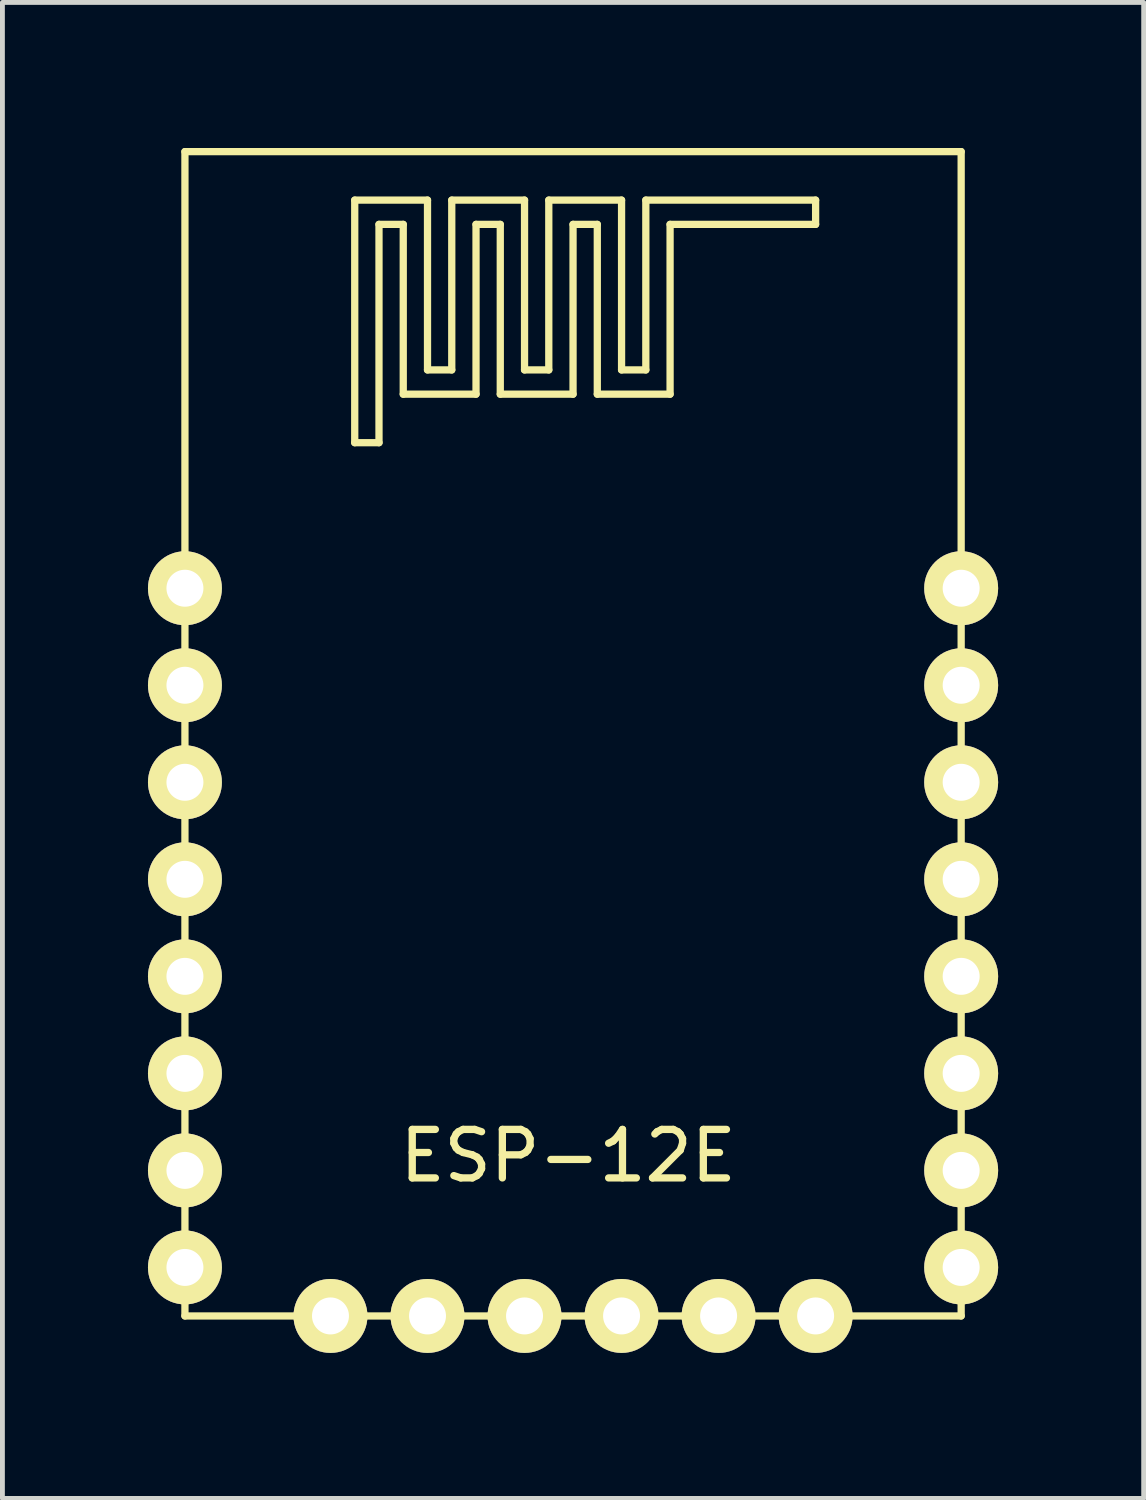
<source format=kicad_pcb>
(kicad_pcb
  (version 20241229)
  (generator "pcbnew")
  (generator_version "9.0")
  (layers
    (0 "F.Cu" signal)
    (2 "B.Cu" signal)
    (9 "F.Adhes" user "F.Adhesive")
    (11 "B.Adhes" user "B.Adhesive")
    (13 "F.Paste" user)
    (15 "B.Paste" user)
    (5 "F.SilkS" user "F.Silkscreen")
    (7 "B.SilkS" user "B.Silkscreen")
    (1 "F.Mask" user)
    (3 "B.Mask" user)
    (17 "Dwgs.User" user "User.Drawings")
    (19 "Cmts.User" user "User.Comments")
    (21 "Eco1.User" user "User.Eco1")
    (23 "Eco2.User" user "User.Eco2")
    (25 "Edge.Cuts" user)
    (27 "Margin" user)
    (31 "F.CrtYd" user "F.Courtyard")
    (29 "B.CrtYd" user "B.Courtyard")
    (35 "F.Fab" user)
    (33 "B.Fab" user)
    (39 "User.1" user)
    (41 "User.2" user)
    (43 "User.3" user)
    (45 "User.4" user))
  (footprint "ESP-12E"
    (layer "F.Cu")
    (at 8.762 12.075)
    (property "Reference" "ESP-12E" (at -0.1 8.7 0) (layer "F.SilkS") (effects (font (size 1 1) (thickness 0.15))))
    (attr through_hole)
    (fp_line (start -8 -12) (end 8 -12) (stroke (width 0.15) (type solid)) (layer "F.SilkS"))
    (fp_line (start -8 12) (end -8 -12) (stroke (width 0.15) (type solid)) (layer "F.SilkS"))
    (fp_line (start -4.5 -11) (end -3 -11) (stroke (width 0.15) (type solid)) (layer "F.SilkS"))
    (fp_line (start -4.5 -6) (end -4.5 -11) (stroke (width 0.15) (type solid)) (layer "F.SilkS"))
    (fp_line (start -4 -10.5) (end -4 -6) (stroke (width 0.15) (type solid)) (layer "F.SilkS"))
    (fp_line (start -4 -6) (end -4.5 -6) (stroke (width 0.15) (type solid)) (layer "F.SilkS"))
    (fp_line (start -3.5 -10.5) (end -4 -10.5) (stroke (width 0.15) (type solid)) (layer "F.SilkS"))
    (fp_line (start -3.5 -7) (end -3.5 -10.5) (stroke (width 0.15) (type solid)) (layer "F.SilkS"))
    (fp_line (start -3 -11) (end -3 -7.5) (stroke (width 0.15) (type solid)) (layer "F.SilkS"))
    (fp_line (start -3 -7.5) (end -2.5 -7.5) (stroke (width 0.15) (type solid)) (layer "F.SilkS"))
    (fp_line (start -2.5 -11) (end -1 -11) (stroke (width 0.15) (type solid)) (layer "F.SilkS"))
    (fp_line (start -2.5 -7.5) (end -2.5 -11) (stroke (width 0.15) (type solid)) (layer "F.SilkS"))
    (fp_line (start -2 -10.5) (end -2 -7) (stroke (width 0.15) (type solid)) (layer "F.SilkS"))
    (fp_line (start -2 -7) (end -3.5 -7) (stroke (width 0.15) (type solid)) (layer "F.SilkS"))
    (fp_line (start -1.5 -10.5) (end -2 -10.5) (stroke (width 0.15) (type solid)) (layer "F.SilkS"))
    (fp_line (start -1.5 -7) (end -1.5 -10.5) (stroke (width 0.15) (type solid)) (layer "F.SilkS"))
    (fp_line (start -1 -11) (end -1 -7.5) (stroke (width 0.15) (type solid)) (layer "F.SilkS"))
    (fp_line (start -1 -7.5) (end -0.5 -7.5) (stroke (width 0.15) (type solid)) (layer "F.SilkS"))
    (fp_line (start -0.5 -11) (end 1 -11) (stroke (width 0.15) (type solid)) (layer "F.SilkS"))
    (fp_line (start -0.5 -7.5) (end -0.5 -11) (stroke (width 0.15) (type solid)) (layer "F.SilkS"))
    (fp_line (start 0 -10.5) (end 0 -7) (stroke (width 0.15) (type solid)) (layer "F.SilkS"))
    (fp_line (start 0 -7) (end -1.5 -7) (stroke (width 0.15) (type solid)) (layer "F.SilkS"))
    (fp_line (start 0.5 -10.5) (end 0 -10.5) (stroke (width 0.15) (type solid)) (layer "F.SilkS"))
    (fp_line (start 0.5 -7) (end 0.5 -10.5) (stroke (width 0.15) (type solid)) (layer "F.SilkS"))
    (fp_line (start 1 -11) (end 1 -7.5) (stroke (width 0.15) (type solid)) (layer "F.SilkS"))
    (fp_line (start 1 -7.5) (end 1.5 -7.5) (stroke (width 0.15) (type solid)) (layer "F.SilkS"))
    (fp_line (start 1.5 -11) (end 5 -11) (stroke (width 0.15) (type solid)) (layer "F.SilkS"))
    (fp_line (start 1.5 -7.5) (end 1.5 -11) (stroke (width 0.15) (type solid)) (layer "F.SilkS"))
    (fp_line (start 2 -10.5) (end 2 -7) (stroke (width 0.15) (type solid)) (layer "F.SilkS"))
    (fp_line (start 2 -7) (end 0.5 -7) (stroke (width 0.15) (type solid)) (layer "F.SilkS"))
    (fp_line (start 5 -11) (end 5 -10.5) (stroke (width 0.15) (type solid)) (layer "F.SilkS"))
    (fp_line (start 5 -10.5) (end 2 -10.5) (stroke (width 0.15) (type solid)) (layer "F.SilkS"))
    (fp_line (start 8 -12) (end 8 12) (stroke (width 0.15) (type solid)) (layer "F.SilkS"))
    (fp_line (start 8 12) (end -8 12) (stroke (width 0.15) (type solid)) (layer "F.SilkS"))
    (pad "1" thru_hole circle (at -8 -3) (size 1.524 1.524) (drill 0.762) (layers "*.Cu" "*.Mask" "F.SilkS"))
    (pad "2" thru_hole circle (at -8 -1) (size 1.524 1.524) (drill 0.762) (layers "*.Cu" "*.Mask" "F.SilkS"))
    (pad "3" thru_hole circle (at -8 1) (size 1.524 1.524) (drill 0.762) (layers "*.Cu" "*.Mask" "F.SilkS"))
    (pad "4" thru_hole circle (at -8 3) (size 1.524 1.524) (drill 0.762) (layers "*.Cu" "*.Mask" "F.SilkS"))
    (pad "5" thru_hole circle (at -8 5) (size 1.524 1.524) (drill 0.762) (layers "*.Cu" "*.Mask" "F.SilkS"))
    (pad "6" thru_hole circle (at -8 7) (size 1.524 1.524) (drill 0.762) (layers "*.Cu" "*.Mask" "F.SilkS"))
    (pad "7" thru_hole circle (at -8 9) (size 1.524 1.524) (drill 0.762) (layers "*.Cu" "*.Mask" "F.SilkS"))
    (pad "8" thru_hole circle (at -8 11) (size 1.524 1.524) (drill 0.762) (layers "*.Cu" "*.Mask" "F.SilkS"))
    (pad "9" thru_hole circle (at -5 12) (size 1.524 1.524) (drill 0.762) (layers "*.Cu" "*.Mask" "F.SilkS"))
    (pad "10" thru_hole circle (at -3 12) (size 1.524 1.524) (drill 0.762) (layers "*.Cu" "*.Mask" "F.SilkS"))
    (pad "11" thru_hole circle (at -1 12) (size 1.524 1.524) (drill 0.762) (layers "*.Cu" "*.Mask" "F.SilkS"))
    (pad "12" thru_hole circle (at 1 12) (size 1.524 1.524) (drill 0.762) (layers "*.Cu" "*.Mask" "F.SilkS"))
    (pad "13" thru_hole circle (at 3 12) (size 1.524 1.524) (drill 0.762) (layers "*.Cu" "*.Mask" "F.SilkS"))
    (pad "14" thru_hole circle (at 5 12) (size 1.524 1.524) (drill 0.762) (layers "*.Cu" "*.Mask" "F.SilkS"))
    (pad "15" thru_hole circle (at 8 11) (size 1.524 1.524) (drill 0.762) (layers "*.Cu" "*.Mask" "F.SilkS"))
    (pad "16" thru_hole circle (at 8 9) (size 1.524 1.524) (drill 0.762) (layers "*.Cu" "*.Mask" "F.SilkS"))
    (pad "17" thru_hole circle (at 8 7) (size 1.524 1.524) (drill 0.762) (layers "*.Cu" "*.Mask" "F.SilkS"))
    (pad "18" thru_hole circle (at 8 5) (size 1.524 1.524) (drill 0.762) (layers "*.Cu" "*.Mask" "F.SilkS"))
    (pad "19" thru_hole circle (at 8 3) (size 1.524 1.524) (drill 0.762) (layers "*.Cu" "*.Mask" "F.SilkS"))
    (pad "20" thru_hole circle (at 8 1) (size 1.524 1.524) (drill 0.762) (layers "*.Cu" "*.Mask" "F.SilkS"))
    (pad "21" thru_hole circle (at 8 -1) (size 1.524 1.524) (drill 0.762) (layers "*.Cu" "*.Mask" "F.SilkS"))
    (pad "22" thru_hole circle (at 8 -3) (size 1.524 1.524) (drill 0.762) (layers "*.Cu" "*.Mask" "F.SilkS")))
  (gr_rect
    (start -3 -3)
    (end 20.524 27.837)
    (stroke (width 0.1) (type default))
    (fill no)
    (layer "Edge.Cuts")))
</source>
